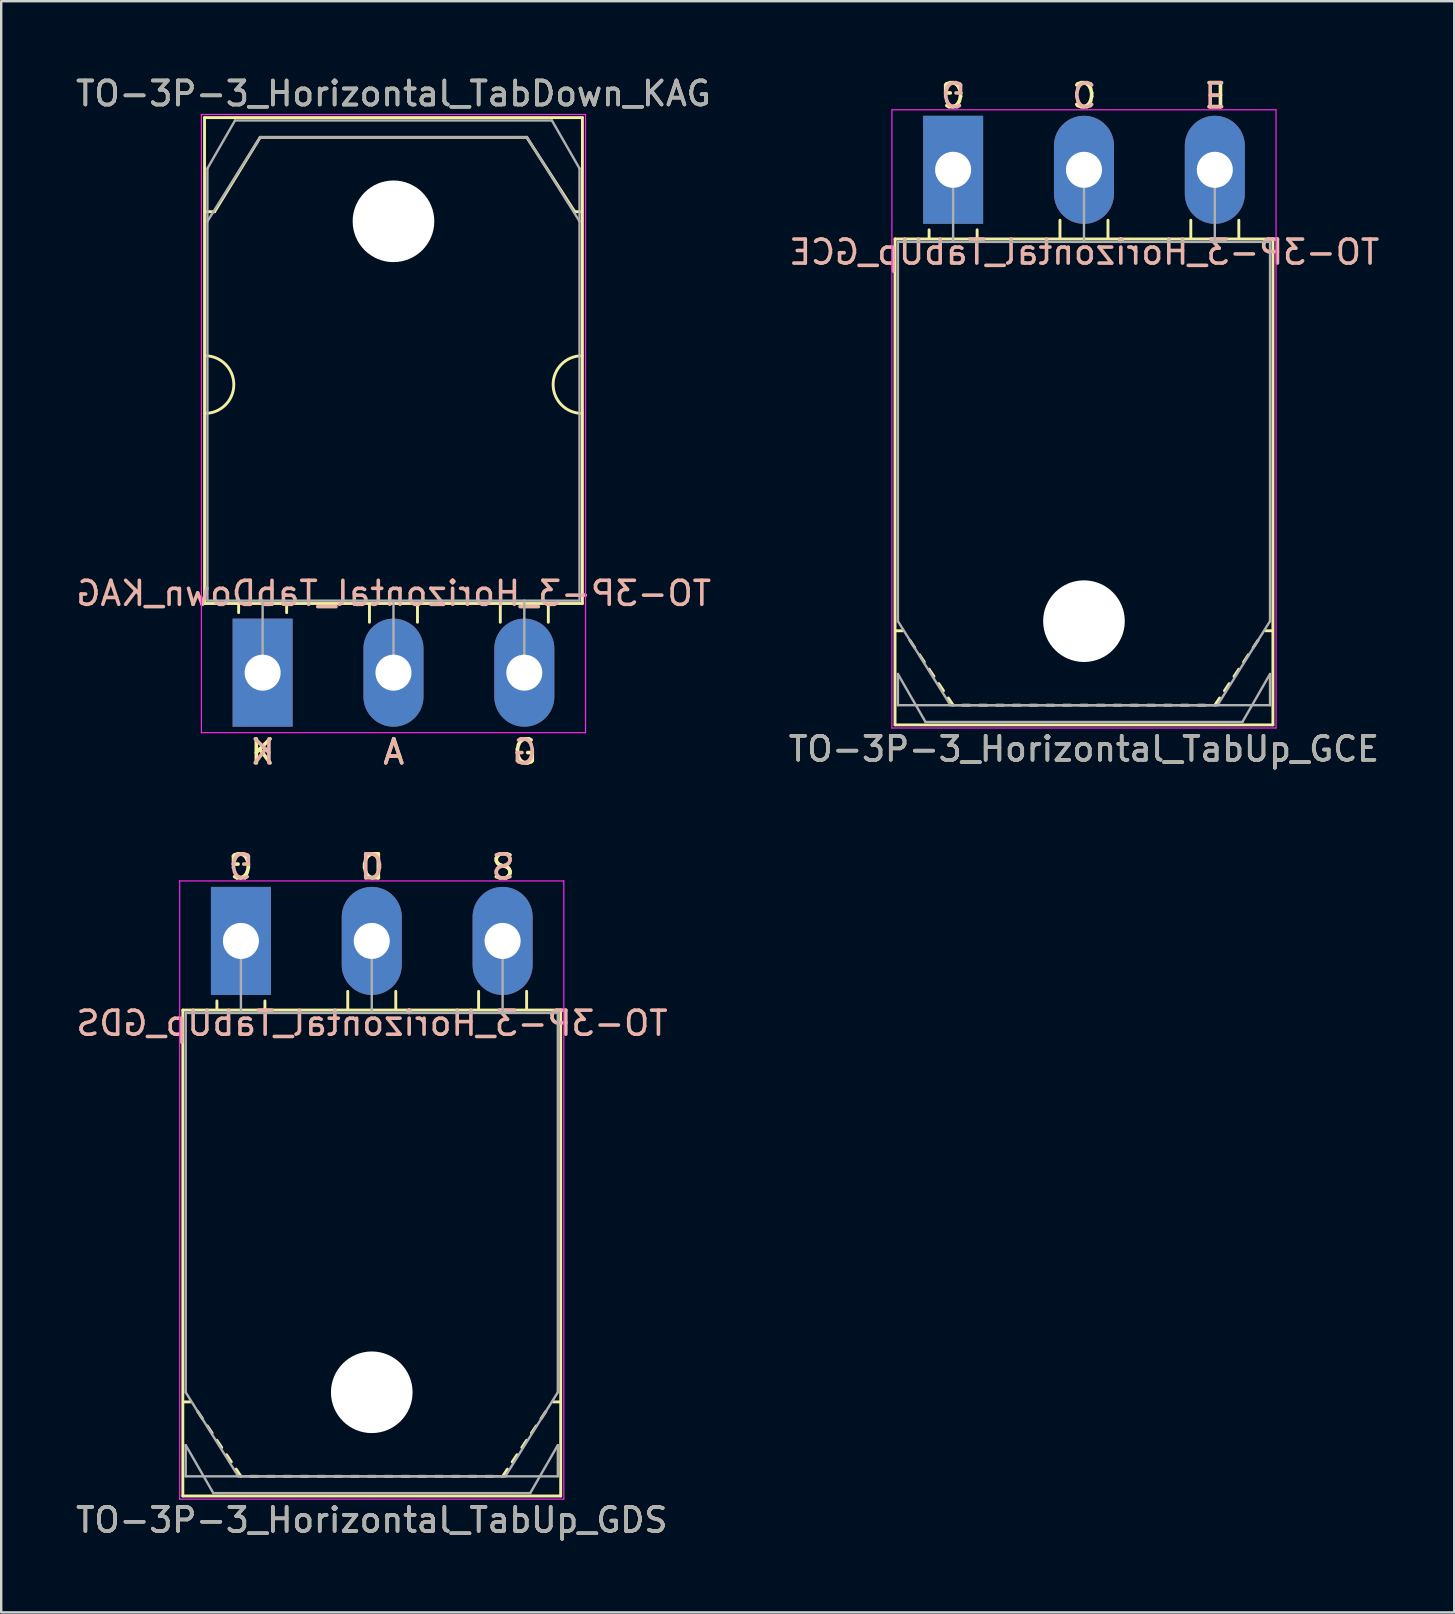
<source format=kicad_pcb>
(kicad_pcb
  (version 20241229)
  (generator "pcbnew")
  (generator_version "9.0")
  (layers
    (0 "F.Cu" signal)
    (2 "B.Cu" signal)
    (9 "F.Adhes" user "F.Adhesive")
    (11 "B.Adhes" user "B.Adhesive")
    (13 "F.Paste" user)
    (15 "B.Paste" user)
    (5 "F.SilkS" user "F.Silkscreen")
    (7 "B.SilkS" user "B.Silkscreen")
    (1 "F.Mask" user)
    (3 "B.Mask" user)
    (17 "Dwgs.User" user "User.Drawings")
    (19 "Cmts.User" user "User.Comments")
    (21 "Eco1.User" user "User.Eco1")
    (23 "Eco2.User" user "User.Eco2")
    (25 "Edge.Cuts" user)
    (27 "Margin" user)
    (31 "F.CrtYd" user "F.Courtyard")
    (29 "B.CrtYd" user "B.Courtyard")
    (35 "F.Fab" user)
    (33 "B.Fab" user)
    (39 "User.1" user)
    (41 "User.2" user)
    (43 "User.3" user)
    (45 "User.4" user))
  (footprint "TO-3P-3_Horizontal_TabUp_GDS"
    (layer "F.Cu")
    (at 6.985 36.142)
    (property "Reference" "TO-3P-3_Horizontal_TabUp_GDS" (at 5.45 24.12 0) (layer "F.SilkS") (effects (font (size 1 1) (thickness 0.15))))
    (fp_line (start -2.42 23.12) (end -2.42 2.88) (stroke (width 0.12) (type solid)) (layer "F.SilkS"))
    (fp_line (start -2.1 19.2) (end -2.4 19.2) (stroke (width 0.12) (type solid)) (layer "F.SilkS"))
    (fp_line (start -1.8 19.6) (end -1.6 19.9) (stroke (width 0.12) (type solid)) (layer "F.SilkS"))
    (fp_line (start -1.4 20.2) (end -1.2 20.5) (stroke (width 0.12) (type solid)) (layer "F.SilkS"))
    (fp_line (start -1 2.85) (end -1 2.5) (stroke (width 0.12) (type solid)) (layer "F.SilkS"))
    (fp_line (start -1 20.8) (end -0.8 21.1) (stroke (width 0.12) (type solid)) (layer "F.SilkS"))
    (fp_line (start -0.6 21.4) (end -0.4 21.7) (stroke (width 0.12) (type solid)) (layer "F.SilkS"))
    (fp_line (start -0.2 22) (end 0 22.3) (stroke (width 0.12) (type solid)) (layer "F.SilkS"))
    (fp_line (start 0.7 22.3) (end 0.4 22.3) (stroke (width 0.12) (type solid)) (layer "F.SilkS"))
    (fp_line (start 1 2.85) (end 1 2.5) (stroke (width 0.12) (type solid)) (layer "F.SilkS"))
    (fp_line (start 1.4 22.3) (end 1.1 22.3) (stroke (width 0.12) (type solid)) (layer "F.SilkS"))
    (fp_line (start 2.1 22.3) (end 1.8 22.3) (stroke (width 0.12) (type solid)) (layer "F.SilkS"))
    (fp_line (start 2.8 22.3) (end 2.5 22.3) (stroke (width 0.12) (type solid)) (layer "F.SilkS"))
    (fp_line (start 3.5 22.3) (end 3.2 22.3) (stroke (width 0.12) (type solid)) (layer "F.SilkS"))
    (fp_line (start 4.2 22.3) (end 3.9 22.3) (stroke (width 0.12) (type solid)) (layer "F.SilkS"))
    (fp_line (start 4.45 2.85) (end 4.45 2.1) (stroke (width 0.12) (type solid)) (layer "F.SilkS"))
    (fp_line (start 4.9 22.3) (end 4.6 22.3) (stroke (width 0.12) (type solid)) (layer "F.SilkS"))
    (fp_line (start 5.6 22.3) (end 5.3 22.3) (stroke (width 0.12) (type solid)) (layer "F.SilkS"))
    (fp_line (start 6.3 22.3) (end 6 22.3) (stroke (width 0.12) (type solid)) (layer "F.SilkS"))
    (fp_line (start 6.45 2.85) (end 6.45 2.1) (stroke (width 0.12) (type solid)) (layer "F.SilkS"))
    (fp_line (start 7 22.3) (end 6.7 22.3) (stroke (width 0.12) (type solid)) (layer "F.SilkS"))
    (fp_line (start 7.7 22.3) (end 7.4 22.3) (stroke (width 0.12) (type solid)) (layer "F.SilkS"))
    (fp_line (start 8.4 22.3) (end 8.1 22.3) (stroke (width 0.12) (type solid)) (layer "F.SilkS"))
    (fp_line (start 9.1 22.3) (end 8.8 22.3) (stroke (width 0.12) (type solid)) (layer "F.SilkS"))
    (fp_line (start 9.8 22.3) (end 9.5 22.3) (stroke (width 0.12) (type solid)) (layer "F.SilkS"))
    (fp_line (start 9.9 2.85) (end 9.9 2.1) (stroke (width 0.12) (type solid)) (layer "F.SilkS"))
    (fp_line (start 10.5 22.3) (end 10.2 22.3) (stroke (width 0.12) (type solid)) (layer "F.SilkS"))
    (fp_line (start 11.1 22) (end 10.9 22.3) (stroke (width 0.12) (type solid)) (layer "F.SilkS"))
    (fp_line (start 11.5 21.4) (end 11.3 21.7) (stroke (width 0.12) (type solid)) (layer "F.SilkS"))
    (fp_line (start 11.9 2.85) (end 11.9 2.1) (stroke (width 0.12) (type solid)) (layer "F.SilkS"))
    (fp_line (start 11.9 20.8) (end 11.7 21.1) (stroke (width 0.12) (type solid)) (layer "F.SilkS"))
    (fp_line (start 12.3 20.2) (end 12.1 20.5) (stroke (width 0.12) (type solid)) (layer "F.SilkS"))
    (fp_line (start 12.7 19.6) (end 12.5 19.9) (stroke (width 0.12) (type solid)) (layer "F.SilkS"))
    (fp_line (start 13 19.2) (end 13.3 19.2) (stroke (width 0.12) (type solid)) (layer "F.SilkS"))
    (fp_line (start 13.32 2.88) (end -2.42 2.88) (stroke (width 0.12) (type solid)) (layer "F.SilkS"))
    (fp_line (start 13.32 23.12) (end -2.42 23.12) (stroke (width 0.12) (type solid)) (layer "F.SilkS"))
    (fp_line (start 13.32 23.12) (end 13.32 2.88) (stroke (width 0.12) (type solid)) (layer "F.SilkS"))
    (fp_line (start -2.55 -2.5) (end -2.55 23.25) (stroke (width 0.05) (type solid)) (layer "F.CrtYd"))
    (fp_line (start -2.55 23.25) (end 13.45 23.25) (stroke (width 0.05) (type solid)) (layer "F.CrtYd"))
    (fp_line (start 13.45 -2.5) (end -2.55 -2.5) (stroke (width 0.05) (type solid)) (layer "F.CrtYd"))
    (fp_line (start 13.45 23.25) (end 13.45 -2.5) (stroke (width 0.05) (type solid)) (layer "F.CrtYd"))
    (fp_line (start -2.3 3) (end -2.3 18.8) (stroke (width 0.1) (type solid)) (layer "F.Fab"))
    (fp_line (start -2.3 18.8) (end -0.11 22.3) (stroke (width 0.1) (type solid)) (layer "F.Fab"))
    (fp_line (start -2.3 21) (end -1.15 23) (stroke (width 0.1) (type solid)) (layer "F.Fab"))
    (fp_line (start -2.3 22.3) (end -2.3 21) (stroke (width 0.1) (type solid)) (layer "F.Fab"))
    (fp_line (start -1.15 23) (end 12.05 23) (stroke (width 0.1) (type solid)) (layer "F.Fab"))
    (fp_line (start -0.11 22.3) (end 11.01 22.3) (stroke (width 0.1) (type solid)) (layer "F.Fab"))
    (fp_line (start 0 3) (end 0 0) (stroke (width 0.1) (type solid)) (layer "F.Fab"))
    (fp_line (start 5.45 3) (end 5.45 0) (stroke (width 0.1) (type solid)) (layer "F.Fab"))
    (fp_line (start 10.9 3) (end 10.9 0) (stroke (width 0.1) (type solid)) (layer "F.Fab"))
    (fp_line (start 11.01 22.3) (end 13.2 18.8) (stroke (width 0.1) (type solid)) (layer "F.Fab"))
    (fp_line (start 12.05 23) (end 13.2 21) (stroke (width 0.1) (type solid)) (layer "F.Fab"))
    (fp_line (start 13.2 3) (end -2.3 3) (stroke (width 0.1) (type solid)) (layer "F.Fab"))
    (fp_line (start 13.2 18.8) (end 13.2 3) (stroke (width 0.1) (type solid)) (layer "F.Fab"))
    (fp_line (start 13.2 21) (end 13.2 22.3) (stroke (width 0.1) (type solid)) (layer "F.Fab"))
    (fp_line (start 13.2 22.3) (end -2.3 22.3) (stroke (width 0.1) (type solid)) (layer "F.Fab"))
    (fp_circle (center 5.45 18.8) (end 7.05 18.8) (stroke (width 0.1) (type solid)) (fill no) (layer "F.Fab"))
    (fp_text user "D" (at 5.461 -3.175 180) (unlocked yes) (layer "F.SilkS") (effects (font (size 1 1) (thickness 0.15))))
    (fp_text user "S" (at 10.922 -3.175 180) (unlocked yes) (layer "F.SilkS") (effects (font (size 1 1) (thickness 0.15))))
    (fp_text user "G" (at 0 -3.175 180) (unlocked yes) (layer "F.SilkS") (effects (font (size 1 1) (thickness 0.15))))
    (fp_text user "G" (at 0 -3.175 180) (unlocked yes) (layer "B.SilkS") (effects (font (size 1 1) (thickness 0.15)) (justify mirror)))
    (fp_text user "D" (at 5.461 -3.175 180) (unlocked yes) (layer "B.SilkS") (effects (font (size 1 1) (thickness 0.15)) (justify mirror)))
    (fp_text user "S" (at 10.922 -3.175 180) (unlocked yes) (layer "B.SilkS") (effects (font (size 1 1) (thickness 0.15)) (justify mirror)))
    (fp_text user "${REFERENCE}" (at 5.461 3.429 0) (layer "B.SilkS") (effects (font (size 1 1) (thickness 0.15)) (justify mirror)))
    (fp_text user "${REFERENCE}" (at 5.45 24.12 0) (layer "F.Fab") (effects (font (size 1 1) (thickness 0.15))))
    (pad "" np_thru_hole oval (at 5.45 18.8) (size 3.4 3.4) (drill 3.4) (layers "*.Cu" "*.Mask"))
    (pad "1" thru_hole rect (at 0 0) (size 2.5 4.5) (drill 1.5) (layers "*.Cu" "*.Mask"))
    (pad "2" thru_hole oval (at 5.45 0) (size 2.5 4.5) (drill 1.5) (layers "*.Cu" "*.Mask"))
    (pad "3" thru_hole oval (at 10.9 0) (size 2.5 4.5) (drill 1.5) (layers "*.Cu" "*.Mask")))
  (footprint "TO-3P-3_Horizontal_TabUp_GCE"
    (layer "F.Cu")
    (at 36.65 4.023)
    (property "Reference" "TO-3P-3_Horizontal_TabUp_GCE" (at 5.45 24.12 0) (layer "F.SilkS") (effects (font (size 1 1) (thickness 0.15))))
    (fp_line (start -2.42 23.12) (end -2.42 2.88) (stroke (width 0.12) (type solid)) (layer "F.SilkS"))
    (fp_line (start -2.1 19.2) (end -2.4 19.2) (stroke (width 0.12) (type solid)) (layer "F.SilkS"))
    (fp_line (start -1.8 19.6) (end -1.6 19.9) (stroke (width 0.12) (type solid)) (layer "F.SilkS"))
    (fp_line (start -1.4 20.2) (end -1.2 20.5) (stroke (width 0.12) (type solid)) (layer "F.SilkS"))
    (fp_line (start -1 2.85) (end -1 2.5) (stroke (width 0.12) (type solid)) (layer "F.SilkS"))
    (fp_line (start -1 20.8) (end -0.8 21.1) (stroke (width 0.12) (type solid)) (layer "F.SilkS"))
    (fp_line (start -0.6 21.4) (end -0.4 21.7) (stroke (width 0.12) (type solid)) (layer "F.SilkS"))
    (fp_line (start -0.2 22) (end 0 22.3) (stroke (width 0.12) (type solid)) (layer "F.SilkS"))
    (fp_line (start 0.7 22.3) (end 0.4 22.3) (stroke (width 0.12) (type solid)) (layer "F.SilkS"))
    (fp_line (start 1 2.85) (end 1 2.5) (stroke (width 0.12) (type solid)) (layer "F.SilkS"))
    (fp_line (start 1.4 22.3) (end 1.1 22.3) (stroke (width 0.12) (type solid)) (layer "F.SilkS"))
    (fp_line (start 2.1 22.3) (end 1.8 22.3) (stroke (width 0.12) (type solid)) (layer "F.SilkS"))
    (fp_line (start 2.8 22.3) (end 2.5 22.3) (stroke (width 0.12) (type solid)) (layer "F.SilkS"))
    (fp_line (start 3.5 22.3) (end 3.2 22.3) (stroke (width 0.12) (type solid)) (layer "F.SilkS"))
    (fp_line (start 4.2 22.3) (end 3.9 22.3) (stroke (width 0.12) (type solid)) (layer "F.SilkS"))
    (fp_line (start 4.45 2.85) (end 4.45 2.1) (stroke (width 0.12) (type solid)) (layer "F.SilkS"))
    (fp_line (start 4.9 22.3) (end 4.6 22.3) (stroke (width 0.12) (type solid)) (layer "F.SilkS"))
    (fp_line (start 5.6 22.3) (end 5.3 22.3) (stroke (width 0.12) (type solid)) (layer "F.SilkS"))
    (fp_line (start 6.3 22.3) (end 6 22.3) (stroke (width 0.12) (type solid)) (layer "F.SilkS"))
    (fp_line (start 6.45 2.85) (end 6.45 2.1) (stroke (width 0.12) (type solid)) (layer "F.SilkS"))
    (fp_line (start 7 22.3) (end 6.7 22.3) (stroke (width 0.12) (type solid)) (layer "F.SilkS"))
    (fp_line (start 7.7 22.3) (end 7.4 22.3) (stroke (width 0.12) (type solid)) (layer "F.SilkS"))
    (fp_line (start 8.4 22.3) (end 8.1 22.3) (stroke (width 0.12) (type solid)) (layer "F.SilkS"))
    (fp_line (start 9.1 22.3) (end 8.8 22.3) (stroke (width 0.12) (type solid)) (layer "F.SilkS"))
    (fp_line (start 9.8 22.3) (end 9.5 22.3) (stroke (width 0.12) (type solid)) (layer "F.SilkS"))
    (fp_line (start 9.9 2.85) (end 9.9 2.1) (stroke (width 0.12) (type solid)) (layer "F.SilkS"))
    (fp_line (start 10.5 22.3) (end 10.2 22.3) (stroke (width 0.12) (type solid)) (layer "F.SilkS"))
    (fp_line (start 11.1 22) (end 10.9 22.3) (stroke (width 0.12) (type solid)) (layer "F.SilkS"))
    (fp_line (start 11.5 21.4) (end 11.3 21.7) (stroke (width 0.12) (type solid)) (layer "F.SilkS"))
    (fp_line (start 11.9 2.85) (end 11.9 2.1) (stroke (width 0.12) (type solid)) (layer "F.SilkS"))
    (fp_line (start 11.9 20.8) (end 11.7 21.1) (stroke (width 0.12) (type solid)) (layer "F.SilkS"))
    (fp_line (start 12.3 20.2) (end 12.1 20.5) (stroke (width 0.12) (type solid)) (layer "F.SilkS"))
    (fp_line (start 12.7 19.6) (end 12.5 19.9) (stroke (width 0.12) (type solid)) (layer "F.SilkS"))
    (fp_line (start 13 19.2) (end 13.3 19.2) (stroke (width 0.12) (type solid)) (layer "F.SilkS"))
    (fp_line (start 13.32 2.88) (end -2.42 2.88) (stroke (width 0.12) (type solid)) (layer "F.SilkS"))
    (fp_line (start 13.32 23.12) (end -2.42 23.12) (stroke (width 0.12) (type solid)) (layer "F.SilkS"))
    (fp_line (start 13.32 23.12) (end 13.32 2.88) (stroke (width 0.12) (type solid)) (layer "F.SilkS"))
    (fp_line (start -2.55 -2.5) (end -2.55 23.25) (stroke (width 0.05) (type solid)) (layer "F.CrtYd"))
    (fp_line (start -2.55 23.25) (end 13.45 23.25) (stroke (width 0.05) (type solid)) (layer "F.CrtYd"))
    (fp_line (start 13.45 -2.5) (end -2.55 -2.5) (stroke (width 0.05) (type solid)) (layer "F.CrtYd"))
    (fp_line (start 13.45 23.25) (end 13.45 -2.5) (stroke (width 0.05) (type solid)) (layer "F.CrtYd"))
    (fp_line (start -2.3 3) (end -2.3 18.8) (stroke (width 0.1) (type solid)) (layer "F.Fab"))
    (fp_line (start -2.3 18.8) (end -0.11 22.3) (stroke (width 0.1) (type solid)) (layer "F.Fab"))
    (fp_line (start -2.3 21) (end -1.15 23) (stroke (width 0.1) (type solid)) (layer "F.Fab"))
    (fp_line (start -2.3 22.3) (end -2.3 21) (stroke (width 0.1) (type solid)) (layer "F.Fab"))
    (fp_line (start -1.15 23) (end 12.05 23) (stroke (width 0.1) (type solid)) (layer "F.Fab"))
    (fp_line (start -0.11 22.3) (end 11.01 22.3) (stroke (width 0.1) (type solid)) (layer "F.Fab"))
    (fp_line (start 0 3) (end 0 0) (stroke (width 0.1) (type solid)) (layer "F.Fab"))
    (fp_line (start 5.45 3) (end 5.45 0) (stroke (width 0.1) (type solid)) (layer "F.Fab"))
    (fp_line (start 10.9 3) (end 10.9 0) (stroke (width 0.1) (type solid)) (layer "F.Fab"))
    (fp_line (start 11.01 22.3) (end 13.2 18.8) (stroke (width 0.1) (type solid)) (layer "F.Fab"))
    (fp_line (start 12.05 23) (end 13.2 21) (stroke (width 0.1) (type solid)) (layer "F.Fab"))
    (fp_line (start 13.2 3) (end -2.3 3) (stroke (width 0.1) (type solid)) (layer "F.Fab"))
    (fp_line (start 13.2 18.8) (end 13.2 3) (stroke (width 0.1) (type solid)) (layer "F.Fab"))
    (fp_line (start 13.2 21) (end 13.2 22.3) (stroke (width 0.1) (type solid)) (layer "F.Fab"))
    (fp_line (start 13.2 22.3) (end -2.3 22.3) (stroke (width 0.1) (type solid)) (layer "F.Fab"))
    (fp_circle (center 5.45 18.8) (end 7.05 18.8) (stroke (width 0.1) (type solid)) (fill no) (layer "F.Fab"))
    (fp_text user "C" (at 5.461 -3.175 180) (unlocked yes) (layer "F.SilkS") (effects (font (size 1 1) (thickness 0.15))))
    (fp_text user "G" (at 0 -3.175 180) (unlocked yes) (layer "F.SilkS") (effects (font (size 1 1) (thickness 0.15))))
    (fp_text user "E" (at 10.922 -3.175 180) (unlocked yes) (layer "F.SilkS") (effects (font (size 1 1) (thickness 0.15))))
    (fp_text user "${REFERENCE}" (at 5.461 3.429 0) (layer "B.SilkS") (effects (font (size 1 1) (thickness 0.15)) (justify mirror)))
    (fp_text user "E" (at 10.922 -3.175 180) (unlocked yes) (layer "B.SilkS") (effects (font (size 1 1) (thickness 0.15)) (justify mirror)))
    (fp_text user "G" (at 0 -3.175 180) (unlocked yes) (layer "B.SilkS") (effects (font (size 1 1) (thickness 0.15)) (justify mirror)))
    (fp_text user "C" (at 5.461 -3.175 180) (unlocked yes) (layer "B.SilkS") (effects (font (size 1 1) (thickness 0.15)) (justify mirror)))
    (fp_text user "${REFERENCE}" (at 5.45 24.12 0) (layer "F.Fab") (effects (font (size 1 1) (thickness 0.15))))
    (pad "" np_thru_hole oval (at 5.45 18.8) (size 3.4 3.4) (drill 3.4) (layers "*.Cu" "*.Mask"))
    (pad "1" thru_hole rect (at 0 0) (size 2.5 4.5) (drill 1.5) (layers "*.Cu" "*.Mask"))
    (pad "2" thru_hole oval (at 5.45 0) (size 2.5 4.5) (drill 1.5) (layers "*.Cu" "*.Mask"))
    (pad "3" thru_hole oval (at 10.9 0) (size 2.5 4.5) (drill 1.5) (layers "*.Cu" "*.Mask")))
  (footprint "TO-3P-3_Horizontal_TabDown_KAG"
    (layer "F.Cu")
    (at 7.889 24.968)
    (property "Reference" "TO-3P-3_Horizontal_TabDown_KAG" (at 5.45 -24.12 0) (layer "F.SilkS") (effects (font (size 1 1) (thickness 0.15))))
    (fp_line (start -2.42 -23.12) (end -2.42 -2.88) (stroke (width 0.12) (type solid)) (layer "F.SilkS"))
    (fp_line (start -2.42 -23.12) (end 13.32 -23.12) (stroke (width 0.12) (type solid)) (layer "F.SilkS"))
    (fp_line (start -2.42 -2.88) (end 13.32 -2.88) (stroke (width 0.12) (type solid)) (layer "F.SilkS"))
    (fp_line (start -2 -19.2) (end -2.4 -19.2) (stroke (width 0.12) (type solid)) (layer "F.SilkS"))
    (fp_line (start -2 -19.2) (end -0.1 -22.3) (stroke (width 0.12) (type solid)) (layer "F.SilkS"))
    (fp_line (start -1 -2.85) (end -1 -2.5) (stroke (width 0.12) (type solid)) (layer "F.SilkS"))
    (fp_line (start -0.1 -22.3) (end 11 -22.3) (stroke (width 0.12) (type solid)) (layer "F.SilkS"))
    (fp_line (start 1 -2.85) (end 1 -2.5) (stroke (width 0.12) (type solid)) (layer "F.SilkS"))
    (fp_line (start 4.45 -2.85) (end 4.45 -2.1) (stroke (width 0.12) (type solid)) (layer "F.SilkS"))
    (fp_line (start 6.45 -2.85) (end 6.45 -2.1) (stroke (width 0.12) (type solid)) (layer "F.SilkS"))
    (fp_line (start 9.9 -2.85) (end 9.9 -2.1) (stroke (width 0.12) (type solid)) (layer "F.SilkS"))
    (fp_line (start 11 -22.3) (end 13 -19.2) (stroke (width 0.12) (type solid)) (layer "F.SilkS"))
    (fp_line (start 11.9 -2.85) (end 11.9 -2.1) (stroke (width 0.12) (type solid)) (layer "F.SilkS"))
    (fp_line (start 13 -19.2) (end 13.3 -19.2) (stroke (width 0.12) (type solid)) (layer "F.SilkS"))
    (fp_line (start 13.32 -23.12) (end 13.32 -2.88) (stroke (width 0.12) (type solid)) (layer "F.SilkS"))
    (fp_arc (start -2.4 -13.2) (mid -1.2 -12) (end -2.4 -10.8) (stroke (width 0.12) (type solid)) (layer "F.SilkS"))
    (fp_arc (start 13.3 -10.8) (mid 12.1 -12) (end 13.3 -13.2) (stroke (width 0.12) (type solid)) (layer "F.SilkS"))
    (fp_line (start -2.55 -23.25) (end -2.55 2.5) (stroke (width 0.05) (type solid)) (layer "F.CrtYd"))
    (fp_line (start -2.55 2.5) (end 13.45 2.5) (stroke (width 0.05) (type solid)) (layer "F.CrtYd"))
    (fp_line (start 13.45 -23.25) (end -2.55 -23.25) (stroke (width 0.05) (type solid)) (layer "F.CrtYd"))
    (fp_line (start 13.45 2.5) (end 13.45 -23.25) (stroke (width 0.05) (type solid)) (layer "F.CrtYd"))
    (fp_line (start -2.3 -21) (end -1.15 -23) (stroke (width 0.1) (type solid)) (layer "F.Fab"))
    (fp_line (start -2.3 -18.8) (end -2.3 -21) (stroke (width 0.1) (type solid)) (layer "F.Fab"))
    (fp_line (start -2.3 -18.8) (end -0.11 -22.3) (stroke (width 0.1) (type solid)) (layer "F.Fab"))
    (fp_line (start -2.3 -3) (end -2.3 -18.8) (stroke (width 0.1) (type solid)) (layer "F.Fab"))
    (fp_line (start -1.15 -23) (end 12.05 -23) (stroke (width 0.1) (type solid)) (layer "F.Fab"))
    (fp_line (start -0.11 -22.3) (end 11.01 -22.3) (stroke (width 0.1) (type solid)) (layer "F.Fab"))
    (fp_line (start 0 -3) (end 0 0) (stroke (width 0.1) (type solid)) (layer "F.Fab"))
    (fp_line (start 5.45 -3) (end 5.45 0) (stroke (width 0.1) (type solid)) (layer "F.Fab"))
    (fp_line (start 10.9 -3) (end 10.9 0) (stroke (width 0.1) (type solid)) (layer "F.Fab"))
    (fp_line (start 11.01 -22.3) (end 13.2 -18.8) (stroke (width 0.1) (type solid)) (layer "F.Fab"))
    (fp_line (start 12.05 -23) (end 13.2 -21) (stroke (width 0.1) (type solid)) (layer "F.Fab"))
    (fp_line (start 13.2 -21) (end 13.2 -18.8) (stroke (width 0.1) (type solid)) (layer "F.Fab"))
    (fp_line (start 13.2 -18.8) (end 13.2 -3) (stroke (width 0.1) (type solid)) (layer "F.Fab"))
    (fp_line (start 13.2 -3) (end -2.3 -3) (stroke (width 0.1) (type solid)) (layer "F.Fab"))
    (fp_circle (center 5.45 -18.8) (end 7.05 -18.8) (stroke (width 0.1) (type solid)) (fill no) (layer "F.Fab"))
    (fp_text user "G" (at 10.922 3.302 0) (layer "F.SilkS") (effects (font (size 1 1) (thickness 0.15))))
    (fp_text user "K" (at 0 3.302 0) (layer "F.SilkS") (effects (font (size 1 1) (thickness 0.15))))
    (fp_text user "A" (at 5.461 3.302 0) (layer "F.SilkS") (effects (font (size 1 1) (thickness 0.15))))
    (fp_text user "G" (at 10.922 3.302 0) (layer "B.SilkS") (effects (font (size 1 1) (thickness 0.15)) (justify mirror)))
    (fp_text user "A" (at 5.461 3.302 0) (layer "B.SilkS") (effects (font (size 1 1) (thickness 0.15)) (justify mirror)))
    (fp_text user "K" (at 0 3.302 0) (layer "B.SilkS") (effects (font (size 1 1) (thickness 0.15)) (justify mirror)))
    (fp_text user "${REFERENCE}" (at 5.461 -3.302 0) (layer "B.SilkS") (effects (font (size 1 1) (thickness 0.15)) (justify mirror)))
    (fp_text user "${REFERENCE}" (at 5.45 -24.12 0) (layer "F.Fab") (effects (font (size 1 1) (thickness 0.15))))
    (pad "" np_thru_hole oval (at 5.45 -18.8) (size 3.4 3.4) (drill 3.4) (layers "*.Cu" "*.Mask"))
    (pad "1" thru_hole rect (at 0 0) (size 2.5 4.5) (drill 1.5) (layers "*.Cu" "*.Mask"))
    (pad "2" thru_hole oval (at 5.45 0) (size 2.5 4.5) (drill 1.5) (layers "*.Cu" "*.Mask"))
    (pad "3" thru_hole oval (at 10.9 0) (size 2.5 4.5) (drill 1.5) (layers "*.Cu" "*.Mask")))
  (gr_rect
    (start -3 -3)
    (end 57.522 64.11)
    (stroke (width 0.1) (type default))
    (fill no)
    (layer "Edge.Cuts")))
</source>
